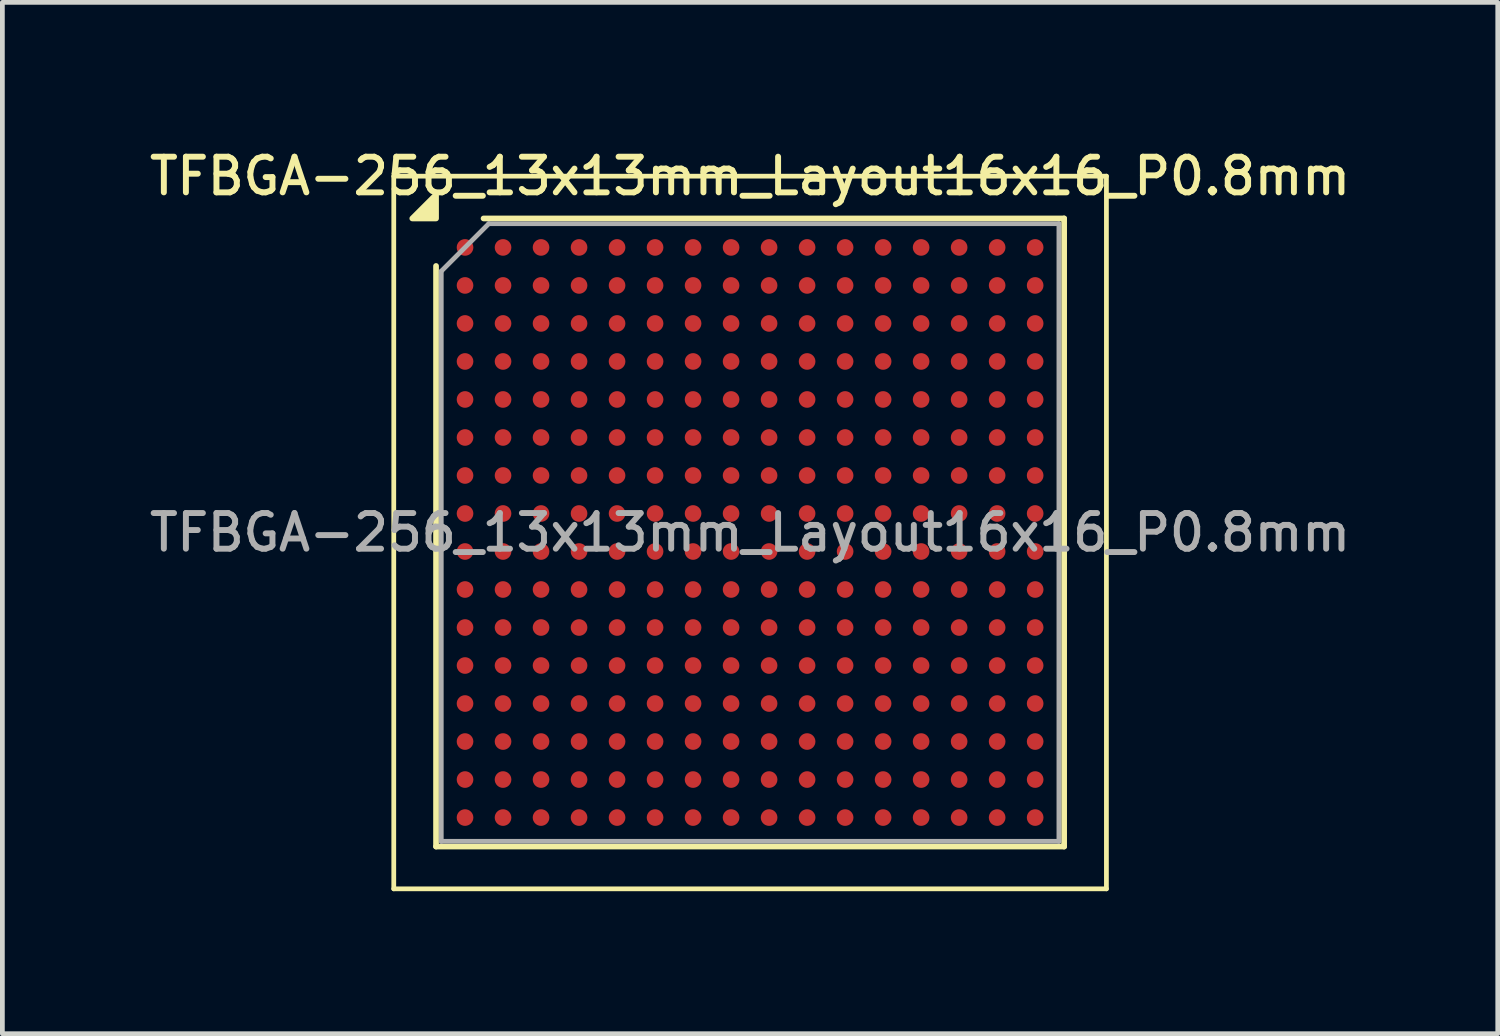
<source format=kicad_pcb>
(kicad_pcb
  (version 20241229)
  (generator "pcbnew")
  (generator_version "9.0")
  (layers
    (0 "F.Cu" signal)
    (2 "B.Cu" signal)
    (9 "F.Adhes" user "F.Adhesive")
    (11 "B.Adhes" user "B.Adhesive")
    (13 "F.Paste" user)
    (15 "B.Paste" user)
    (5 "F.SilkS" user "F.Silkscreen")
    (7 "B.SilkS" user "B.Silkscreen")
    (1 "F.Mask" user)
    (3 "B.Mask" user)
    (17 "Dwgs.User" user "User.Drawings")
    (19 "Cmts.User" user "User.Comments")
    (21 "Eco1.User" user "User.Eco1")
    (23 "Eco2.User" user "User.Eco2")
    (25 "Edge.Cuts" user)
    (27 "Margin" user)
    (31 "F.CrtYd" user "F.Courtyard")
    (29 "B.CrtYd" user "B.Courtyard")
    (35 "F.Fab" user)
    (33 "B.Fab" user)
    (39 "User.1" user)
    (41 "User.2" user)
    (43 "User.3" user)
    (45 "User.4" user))
  (footprint "TFBGA-256_13x13mm_Layout16x16_P0.8mm"
    (layer "F.Cu")
    (at 12.738 8.158)
    (property "Reference" "TFBGA-256_13x13mm_Layout16x16_P0.8mm" (at 0 -7.5 0) (layer "F.SilkS") (effects (font (size 0.75 0.75) (thickness 0.125))))
    (attr smd)
    (fp_line (start -7.5 -7.5) (end -7.5 7.5) (stroke (width 0.1) (type solid)) (layer "F.SilkS"))
    (fp_line (start -7.5 7.5) (end 7.5 7.5) (stroke (width 0.1) (type solid)) (layer "F.SilkS"))
    (fp_line (start -6.61 6.61) (end -6.61 -5.61) (stroke (width 0.12) (type solid)) (layer "F.SilkS"))
    (fp_line (start -5.61 -6.61) (end 6.61 -6.61) (stroke (width 0.12) (type solid)) (layer "F.SilkS"))
    (fp_line (start 6.61 -6.61) (end 6.61 6.61) (stroke (width 0.12) (type solid)) (layer "F.SilkS"))
    (fp_line (start 6.61 6.61) (end -6.61 6.61) (stroke (width 0.12) (type solid)) (layer "F.SilkS"))
    (fp_line (start 7.5 -7.5) (end -7.5 -7.5) (stroke (width 0.1) (type solid)) (layer "F.SilkS"))
    (fp_line (start 7.5 7.5) (end 7.5 -7.5) (stroke (width 0.1) (type solid)) (layer "F.SilkS"))
    (fp_poly (pts (xy -6.61 -6.61) (xy -7.11 -6.61) (xy -6.61 -7.11) (xy -6.61 -6.61)) (stroke (width 0.12) (type solid)) (fill yes) (layer "F.SilkS"))
    (fp_line (start -6.5 -5.5) (end -5.5 -6.5) (stroke (width 0.1) (type solid)) (layer "F.Fab"))
    (fp_line (start -6.5 6.5) (end -6.5 -5.5) (stroke (width 0.1) (type solid)) (layer "F.Fab"))
    (fp_line (start -5.5 -6.5) (end 6.5 -6.5) (stroke (width 0.1) (type solid)) (layer "F.Fab"))
    (fp_line (start 6.5 -6.5) (end 6.5 6.5) (stroke (width 0.1) (type solid)) (layer "F.Fab"))
    (fp_line (start 6.5 6.5) (end -6.5 6.5) (stroke (width 0.1) (type solid)) (layer "F.Fab"))
    (fp_text user "${REFERENCE}" (at 0 0 0) (layer "F.Fab") (effects (font (size 0.75 0.75) (thickness 0.125))))
    (pad "A1" smd circle (at -6 -6) (size 0.35 0.35) (property pad_prop_bga) (layers "F.Cu" "F.Mask" "F.Paste"))
    (pad "A2" smd circle (at -5.2 -6) (size 0.35 0.35) (property pad_prop_bga) (layers "F.Cu" "F.Mask" "F.Paste"))
    (pad "A3" smd circle (at -4.4 -6) (size 0.35 0.35) (property pad_prop_bga) (layers "F.Cu" "F.Mask" "F.Paste"))
    (pad "A4" smd circle (at -3.6 -6) (size 0.35 0.35) (property pad_prop_bga) (layers "F.Cu" "F.Mask" "F.Paste"))
    (pad "A5" smd circle (at -2.8 -6) (size 0.35 0.35) (property pad_prop_bga) (layers "F.Cu" "F.Mask" "F.Paste"))
    (pad "A6" smd circle (at -2 -6) (size 0.35 0.35) (property pad_prop_bga) (layers "F.Cu" "F.Mask" "F.Paste"))
    (pad "A7" smd circle (at -1.2 -6) (size 0.35 0.35) (property pad_prop_bga) (layers "F.Cu" "F.Mask" "F.Paste"))
    (pad "A8" smd circle (at -0.4 -6) (size 0.35 0.35) (property pad_prop_bga) (layers "F.Cu" "F.Mask" "F.Paste"))
    (pad "A9" smd circle (at 0.4 -6) (size 0.35 0.35) (property pad_prop_bga) (layers "F.Cu" "F.Mask" "F.Paste"))
    (pad "A10" smd circle (at 1.2 -6) (size 0.35 0.35) (property pad_prop_bga) (layers "F.Cu" "F.Mask" "F.Paste"))
    (pad "A11" smd circle (at 2 -6) (size 0.35 0.35) (property pad_prop_bga) (layers "F.Cu" "F.Mask" "F.Paste"))
    (pad "A12" smd circle (at 2.8 -6) (size 0.35 0.35) (property pad_prop_bga) (layers "F.Cu" "F.Mask" "F.Paste"))
    (pad "A13" smd circle (at 3.6 -6) (size 0.35 0.35) (property pad_prop_bga) (layers "F.Cu" "F.Mask" "F.Paste"))
    (pad "A14" smd circle (at 4.4 -6) (size 0.35 0.35) (property pad_prop_bga) (layers "F.Cu" "F.Mask" "F.Paste"))
    (pad "A15" smd circle (at 5.2 -6) (size 0.35 0.35) (property pad_prop_bga) (layers "F.Cu" "F.Mask" "F.Paste"))
    (pad "A16" smd circle (at 6 -6) (size 0.35 0.35) (property pad_prop_bga) (layers "F.Cu" "F.Mask" "F.Paste"))
    (pad "B1" smd circle (at -6 -5.2) (size 0.35 0.35) (property pad_prop_bga) (layers "F.Cu" "F.Mask" "F.Paste"))
    (pad "B2" smd circle (at -5.2 -5.2) (size 0.35 0.35) (property pad_prop_bga) (layers "F.Cu" "F.Mask" "F.Paste"))
    (pad "B3" smd circle (at -4.4 -5.2) (size 0.35 0.35) (property pad_prop_bga) (layers "F.Cu" "F.Mask" "F.Paste"))
    (pad "B4" smd circle (at -3.6 -5.2) (size 0.35 0.35) (property pad_prop_bga) (layers "F.Cu" "F.Mask" "F.Paste"))
    (pad "B5" smd circle (at -2.8 -5.2) (size 0.35 0.35) (property pad_prop_bga) (layers "F.Cu" "F.Mask" "F.Paste"))
    (pad "B6" smd circle (at -2 -5.2) (size 0.35 0.35) (property pad_prop_bga) (layers "F.Cu" "F.Mask" "F.Paste"))
    (pad "B7" smd circle (at -1.2 -5.2) (size 0.35 0.35) (property pad_prop_bga) (layers "F.Cu" "F.Mask" "F.Paste"))
    (pad "B8" smd circle (at -0.4 -5.2) (size 0.35 0.35) (property pad_prop_bga) (layers "F.Cu" "F.Mask" "F.Paste"))
    (pad "B9" smd circle (at 0.4 -5.2) (size 0.35 0.35) (property pad_prop_bga) (layers "F.Cu" "F.Mask" "F.Paste"))
    (pad "B10" smd circle (at 1.2 -5.2) (size 0.35 0.35) (property pad_prop_bga) (layers "F.Cu" "F.Mask" "F.Paste"))
    (pad "B11" smd circle (at 2 -5.2) (size 0.35 0.35) (property pad_prop_bga) (layers "F.Cu" "F.Mask" "F.Paste"))
    (pad "B12" smd circle (at 2.8 -5.2) (size 0.35 0.35) (property pad_prop_bga) (layers "F.Cu" "F.Mask" "F.Paste"))
    (pad "B13" smd circle (at 3.6 -5.2) (size 0.35 0.35) (property pad_prop_bga) (layers "F.Cu" "F.Mask" "F.Paste"))
    (pad "B14" smd circle (at 4.4 -5.2) (size 0.35 0.35) (property pad_prop_bga) (layers "F.Cu" "F.Mask" "F.Paste"))
    (pad "B15" smd circle (at 5.2 -5.2) (size 0.35 0.35) (property pad_prop_bga) (layers "F.Cu" "F.Mask" "F.Paste"))
    (pad "B16" smd circle (at 6 -5.2) (size 0.35 0.35) (property pad_prop_bga) (layers "F.Cu" "F.Mask" "F.Paste"))
    (pad "C1" smd circle (at -6 -4.4) (size 0.35 0.35) (property pad_prop_bga) (layers "F.Cu" "F.Mask" "F.Paste"))
    (pad "C2" smd circle (at -5.2 -4.4) (size 0.35 0.35) (property pad_prop_bga) (layers "F.Cu" "F.Mask" "F.Paste"))
    (pad "C3" smd circle (at -4.4 -4.4) (size 0.35 0.35) (property pad_prop_bga) (layers "F.Cu" "F.Mask" "F.Paste"))
    (pad "C4" smd circle (at -3.6 -4.4) (size 0.35 0.35) (property pad_prop_bga) (layers "F.Cu" "F.Mask" "F.Paste"))
    (pad "C5" smd circle (at -2.8 -4.4) (size 0.35 0.35) (property pad_prop_bga) (layers "F.Cu" "F.Mask" "F.Paste"))
    (pad "C6" smd circle (at -2 -4.4) (size 0.35 0.35) (property pad_prop_bga) (layers "F.Cu" "F.Mask" "F.Paste"))
    (pad "C7" smd circle (at -1.2 -4.4) (size 0.35 0.35) (property pad_prop_bga) (layers "F.Cu" "F.Mask" "F.Paste"))
    (pad "C8" smd circle (at -0.4 -4.4) (size 0.35 0.35) (property pad_prop_bga) (layers "F.Cu" "F.Mask" "F.Paste"))
    (pad "C9" smd circle (at 0.4 -4.4) (size 0.35 0.35) (property pad_prop_bga) (layers "F.Cu" "F.Mask" "F.Paste"))
    (pad "C10" smd circle (at 1.2 -4.4) (size 0.35 0.35) (property pad_prop_bga) (layers "F.Cu" "F.Mask" "F.Paste"))
    (pad "C11" smd circle (at 2 -4.4) (size 0.35 0.35) (property pad_prop_bga) (layers "F.Cu" "F.Mask" "F.Paste"))
    (pad "C12" smd circle (at 2.8 -4.4) (size 0.35 0.35) (property pad_prop_bga) (layers "F.Cu" "F.Mask" "F.Paste"))
    (pad "C13" smd circle (at 3.6 -4.4) (size 0.35 0.35) (property pad_prop_bga) (layers "F.Cu" "F.Mask" "F.Paste"))
    (pad "C14" smd circle (at 4.4 -4.4) (size 0.35 0.35) (property pad_prop_bga) (layers "F.Cu" "F.Mask" "F.Paste"))
    (pad "C15" smd circle (at 5.2 -4.4) (size 0.35 0.35) (property pad_prop_bga) (layers "F.Cu" "F.Mask" "F.Paste"))
    (pad "C16" smd circle (at 6 -4.4) (size 0.35 0.35) (property pad_prop_bga) (layers "F.Cu" "F.Mask" "F.Paste"))
    (pad "D1" smd circle (at -6 -3.6) (size 0.35 0.35) (property pad_prop_bga) (layers "F.Cu" "F.Mask" "F.Paste"))
    (pad "D2" smd circle (at -5.2 -3.6) (size 0.35 0.35) (property pad_prop_bga) (layers "F.Cu" "F.Mask" "F.Paste"))
    (pad "D3" smd circle (at -4.4 -3.6) (size 0.35 0.35) (property pad_prop_bga) (layers "F.Cu" "F.Mask" "F.Paste"))
    (pad "D4" smd circle (at -3.6 -3.6) (size 0.35 0.35) (property pad_prop_bga) (layers "F.Cu" "F.Mask" "F.Paste"))
    (pad "D5" smd circle (at -2.8 -3.6) (size 0.35 0.35) (property pad_prop_bga) (layers "F.Cu" "F.Mask" "F.Paste"))
    (pad "D6" smd circle (at -2 -3.6) (size 0.35 0.35) (property pad_prop_bga) (layers "F.Cu" "F.Mask" "F.Paste"))
    (pad "D7" smd circle (at -1.2 -3.6) (size 0.35 0.35) (property pad_prop_bga) (layers "F.Cu" "F.Mask" "F.Paste"))
    (pad "D8" smd circle (at -0.4 -3.6) (size 0.35 0.35) (property pad_prop_bga) (layers "F.Cu" "F.Mask" "F.Paste"))
    (pad "D9" smd circle (at 0.4 -3.6) (size 0.35 0.35) (property pad_prop_bga) (layers "F.Cu" "F.Mask" "F.Paste"))
    (pad "D10" smd circle (at 1.2 -3.6) (size 0.35 0.35) (property pad_prop_bga) (layers "F.Cu" "F.Mask" "F.Paste"))
    (pad "D11" smd circle (at 2 -3.6) (size 0.35 0.35) (property pad_prop_bga) (layers "F.Cu" "F.Mask" "F.Paste"))
    (pad "D12" smd circle (at 2.8 -3.6) (size 0.35 0.35) (property pad_prop_bga) (layers "F.Cu" "F.Mask" "F.Paste"))
    (pad "D13" smd circle (at 3.6 -3.6) (size 0.35 0.35) (property pad_prop_bga) (layers "F.Cu" "F.Mask" "F.Paste"))
    (pad "D14" smd circle (at 4.4 -3.6) (size 0.35 0.35) (property pad_prop_bga) (layers "F.Cu" "F.Mask" "F.Paste"))
    (pad "D15" smd circle (at 5.2 -3.6) (size 0.35 0.35) (property pad_prop_bga) (layers "F.Cu" "F.Mask" "F.Paste"))
    (pad "D16" smd circle (at 6 -3.6) (size 0.35 0.35) (property pad_prop_bga) (layers "F.Cu" "F.Mask" "F.Paste"))
    (pad "E1" smd circle (at -6 -2.8) (size 0.35 0.35) (property pad_prop_bga) (layers "F.Cu" "F.Mask" "F.Paste"))
    (pad "E2" smd circle (at -5.2 -2.8) (size 0.35 0.35) (property pad_prop_bga) (layers "F.Cu" "F.Mask" "F.Paste"))
    (pad "E3" smd circle (at -4.4 -2.8) (size 0.35 0.35) (property pad_prop_bga) (layers "F.Cu" "F.Mask" "F.Paste"))
    (pad "E4" smd circle (at -3.6 -2.8) (size 0.35 0.35) (property pad_prop_bga) (layers "F.Cu" "F.Mask" "F.Paste"))
    (pad "E5" smd circle (at -2.8 -2.8) (size 0.35 0.35) (property pad_prop_bga) (layers "F.Cu" "F.Mask" "F.Paste"))
    (pad "E6" smd circle (at -2 -2.8) (size 0.35 0.35) (property pad_prop_bga) (layers "F.Cu" "F.Mask" "F.Paste"))
    (pad "E7" smd circle (at -1.2 -2.8) (size 0.35 0.35) (property pad_prop_bga) (layers "F.Cu" "F.Mask" "F.Paste"))
    (pad "E8" smd circle (at -0.4 -2.8) (size 0.35 0.35) (property pad_prop_bga) (layers "F.Cu" "F.Mask" "F.Paste"))
    (pad "E9" smd circle (at 0.4 -2.8) (size 0.35 0.35) (property pad_prop_bga) (layers "F.Cu" "F.Mask" "F.Paste"))
    (pad "E10" smd circle (at 1.2 -2.8) (size 0.35 0.35) (property pad_prop_bga) (layers "F.Cu" "F.Mask" "F.Paste"))
    (pad "E11" smd circle (at 2 -2.8) (size 0.35 0.35) (property pad_prop_bga) (layers "F.Cu" "F.Mask" "F.Paste"))
    (pad "E12" smd circle (at 2.8 -2.8) (size 0.35 0.35) (property pad_prop_bga) (layers "F.Cu" "F.Mask" "F.Paste"))
    (pad "E13" smd circle (at 3.6 -2.8) (size 0.35 0.35) (property pad_prop_bga) (layers "F.Cu" "F.Mask" "F.Paste"))
    (pad "E14" smd circle (at 4.4 -2.8) (size 0.35 0.35) (property pad_prop_bga) (layers "F.Cu" "F.Mask" "F.Paste"))
    (pad "E15" smd circle (at 5.2 -2.8) (size 0.35 0.35) (property pad_prop_bga) (layers "F.Cu" "F.Mask" "F.Paste"))
    (pad "E16" smd circle (at 6 -2.8) (size 0.35 0.35) (property pad_prop_bga) (layers "F.Cu" "F.Mask" "F.Paste"))
    (pad "F1" smd circle (at -6 -2) (size 0.35 0.35) (property pad_prop_bga) (layers "F.Cu" "F.Mask" "F.Paste"))
    (pad "F2" smd circle (at -5.2 -2) (size 0.35 0.35) (property pad_prop_bga) (layers "F.Cu" "F.Mask" "F.Paste"))
    (pad "F3" smd circle (at -4.4 -2) (size 0.35 0.35) (property pad_prop_bga) (layers "F.Cu" "F.Mask" "F.Paste"))
    (pad "F4" smd circle (at -3.6 -2) (size 0.35 0.35) (property pad_prop_bga) (layers "F.Cu" "F.Mask" "F.Paste"))
    (pad "F5" smd circle (at -2.8 -2) (size 0.35 0.35) (property pad_prop_bga) (layers "F.Cu" "F.Mask" "F.Paste"))
    (pad "F6" smd circle (at -2 -2) (size 0.35 0.35) (property pad_prop_bga) (layers "F.Cu" "F.Mask" "F.Paste"))
    (pad "F7" smd circle (at -1.2 -2) (size 0.35 0.35) (property pad_prop_bga) (layers "F.Cu" "F.Mask" "F.Paste"))
    (pad "F8" smd circle (at -0.4 -2) (size 0.35 0.35) (property pad_prop_bga) (layers "F.Cu" "F.Mask" "F.Paste"))
    (pad "F9" smd circle (at 0.4 -2) (size 0.35 0.35) (property pad_prop_bga) (layers "F.Cu" "F.Mask" "F.Paste"))
    (pad "F10" smd circle (at 1.2 -2) (size 0.35 0.35) (property pad_prop_bga) (layers "F.Cu" "F.Mask" "F.Paste"))
    (pad "F11" smd circle (at 2 -2) (size 0.35 0.35) (property pad_prop_bga) (layers "F.Cu" "F.Mask" "F.Paste"))
    (pad "F12" smd circle (at 2.8 -2) (size 0.35 0.35) (property pad_prop_bga) (layers "F.Cu" "F.Mask" "F.Paste"))
    (pad "F13" smd circle (at 3.6 -2) (size 0.35 0.35) (property pad_prop_bga) (layers "F.Cu" "F.Mask" "F.Paste"))
    (pad "F14" smd circle (at 4.4 -2) (size 0.35 0.35) (property pad_prop_bga) (layers "F.Cu" "F.Mask" "F.Paste"))
    (pad "F15" smd circle (at 5.2 -2) (size 0.35 0.35) (property pad_prop_bga) (layers "F.Cu" "F.Mask" "F.Paste"))
    (pad "F16" smd circle (at 6 -2) (size 0.35 0.35) (property pad_prop_bga) (layers "F.Cu" "F.Mask" "F.Paste"))
    (pad "G1" smd circle (at -6 -1.2) (size 0.35 0.35) (property pad_prop_bga) (layers "F.Cu" "F.Mask" "F.Paste"))
    (pad "G2" smd circle (at -5.2 -1.2) (size 0.35 0.35) (property pad_prop_bga) (layers "F.Cu" "F.Mask" "F.Paste"))
    (pad "G3" smd circle (at -4.4 -1.2) (size 0.35 0.35) (property pad_prop_bga) (layers "F.Cu" "F.Mask" "F.Paste"))
    (pad "G4" smd circle (at -3.6 -1.2) (size 0.35 0.35) (property pad_prop_bga) (layers "F.Cu" "F.Mask" "F.Paste"))
    (pad "G5" smd circle (at -2.8 -1.2) (size 0.35 0.35) (property pad_prop_bga) (layers "F.Cu" "F.Mask" "F.Paste"))
    (pad "G6" smd circle (at -2 -1.2) (size 0.35 0.35) (property pad_prop_bga) (layers "F.Cu" "F.Mask" "F.Paste"))
    (pad "G7" smd circle (at -1.2 -1.2) (size 0.35 0.35) (property pad_prop_bga) (layers "F.Cu" "F.Mask" "F.Paste"))
    (pad "G8" smd circle (at -0.4 -1.2) (size 0.35 0.35) (property pad_prop_bga) (layers "F.Cu" "F.Mask" "F.Paste"))
    (pad "G9" smd circle (at 0.4 -1.2) (size 0.35 0.35) (property pad_prop_bga) (layers "F.Cu" "F.Mask" "F.Paste"))
    (pad "G10" smd circle (at 1.2 -1.2) (size 0.35 0.35) (property pad_prop_bga) (layers "F.Cu" "F.Mask" "F.Paste"))
    (pad "G11" smd circle (at 2 -1.2) (size 0.35 0.35) (property pad_prop_bga) (layers "F.Cu" "F.Mask" "F.Paste"))
    (pad "G12" smd circle (at 2.8 -1.2) (size 0.35 0.35) (property pad_prop_bga) (layers "F.Cu" "F.Mask" "F.Paste"))
    (pad "G13" smd circle (at 3.6 -1.2) (size 0.35 0.35) (property pad_prop_bga) (layers "F.Cu" "F.Mask" "F.Paste"))
    (pad "G14" smd circle (at 4.4 -1.2) (size 0.35 0.35) (property pad_prop_bga) (layers "F.Cu" "F.Mask" "F.Paste"))
    (pad "G15" smd circle (at 5.2 -1.2) (size 0.35 0.35) (property pad_prop_bga) (layers "F.Cu" "F.Mask" "F.Paste"))
    (pad "G16" smd circle (at 6 -1.2) (size 0.35 0.35) (property pad_prop_bga) (layers "F.Cu" "F.Mask" "F.Paste"))
    (pad "H1" smd circle (at -6 -0.4) (size 0.35 0.35) (property pad_prop_bga) (layers "F.Cu" "F.Mask" "F.Paste"))
    (pad "H2" smd circle (at -5.2 -0.4) (size 0.35 0.35) (property pad_prop_bga) (layers "F.Cu" "F.Mask" "F.Paste"))
    (pad "H3" smd circle (at -4.4 -0.4) (size 0.35 0.35) (property pad_prop_bga) (layers "F.Cu" "F.Mask" "F.Paste"))
    (pad "H4" smd circle (at -3.6 -0.4) (size 0.35 0.35) (property pad_prop_bga) (layers "F.Cu" "F.Mask" "F.Paste"))
    (pad "H5" smd circle (at -2.8 -0.4) (size 0.35 0.35) (property pad_prop_bga) (layers "F.Cu" "F.Mask" "F.Paste"))
    (pad "H6" smd circle (at -2 -0.4) (size 0.35 0.35) (property pad_prop_bga) (layers "F.Cu" "F.Mask" "F.Paste"))
    (pad "H7" smd circle (at -1.2 -0.4) (size 0.35 0.35) (property pad_prop_bga) (layers "F.Cu" "F.Mask" "F.Paste"))
    (pad "H8" smd circle (at -0.4 -0.4) (size 0.35 0.35) (property pad_prop_bga) (layers "F.Cu" "F.Mask" "F.Paste"))
    (pad "H9" smd circle (at 0.4 -0.4) (size 0.35 0.35) (property pad_prop_bga) (layers "F.Cu" "F.Mask" "F.Paste"))
    (pad "H10" smd circle (at 1.2 -0.4) (size 0.35 0.35) (property pad_prop_bga) (layers "F.Cu" "F.Mask" "F.Paste"))
    (pad "H11" smd circle (at 2 -0.4) (size 0.35 0.35) (property pad_prop_bga) (layers "F.Cu" "F.Mask" "F.Paste"))
    (pad "H12" smd circle (at 2.8 -0.4) (size 0.35 0.35) (property pad_prop_bga) (layers "F.Cu" "F.Mask" "F.Paste"))
    (pad "H13" smd circle (at 3.6 -0.4) (size 0.35 0.35) (property pad_prop_bga) (layers "F.Cu" "F.Mask" "F.Paste"))
    (pad "H14" smd circle (at 4.4 -0.4) (size 0.35 0.35) (property pad_prop_bga) (layers "F.Cu" "F.Mask" "F.Paste"))
    (pad "H15" smd circle (at 5.2 -0.4) (size 0.35 0.35) (property pad_prop_bga) (layers "F.Cu" "F.Mask" "F.Paste"))
    (pad "H16" smd circle (at 6 -0.4) (size 0.35 0.35) (property pad_prop_bga) (layers "F.Cu" "F.Mask" "F.Paste"))
    (pad "J1" smd circle (at -6 0.4) (size 0.35 0.35) (property pad_prop_bga) (layers "F.Cu" "F.Mask" "F.Paste"))
    (pad "J2" smd circle (at -5.2 0.4) (size 0.35 0.35) (property pad_prop_bga) (layers "F.Cu" "F.Mask" "F.Paste"))
    (pad "J3" smd circle (at -4.4 0.4) (size 0.35 0.35) (property pad_prop_bga) (layers "F.Cu" "F.Mask" "F.Paste"))
    (pad "J4" smd circle (at -3.6 0.4) (size 0.35 0.35) (property pad_prop_bga) (layers "F.Cu" "F.Mask" "F.Paste"))
    (pad "J5" smd circle (at -2.8 0.4) (size 0.35 0.35) (property pad_prop_bga) (layers "F.Cu" "F.Mask" "F.Paste"))
    (pad "J6" smd circle (at -2 0.4) (size 0.35 0.35) (property pad_prop_bga) (layers "F.Cu" "F.Mask" "F.Paste"))
    (pad "J7" smd circle (at -1.2 0.4) (size 0.35 0.35) (property pad_prop_bga) (layers "F.Cu" "F.Mask" "F.Paste"))
    (pad "J8" smd circle (at -0.4 0.4) (size 0.35 0.35) (property pad_prop_bga) (layers "F.Cu" "F.Mask" "F.Paste"))
    (pad "J9" smd circle (at 0.4 0.4) (size 0.35 0.35) (property pad_prop_bga) (layers "F.Cu" "F.Mask" "F.Paste"))
    (pad "J10" smd circle (at 1.2 0.4) (size 0.35 0.35) (property pad_prop_bga) (layers "F.Cu" "F.Mask" "F.Paste"))
    (pad "J11" smd circle (at 2 0.4) (size 0.35 0.35) (property pad_prop_bga) (layers "F.Cu" "F.Mask" "F.Paste"))
    (pad "J12" smd circle (at 2.8 0.4) (size 0.35 0.35) (property pad_prop_bga) (layers "F.Cu" "F.Mask" "F.Paste"))
    (pad "J13" smd circle (at 3.6 0.4) (size 0.35 0.35) (property pad_prop_bga) (layers "F.Cu" "F.Mask" "F.Paste"))
    (pad "J14" smd circle (at 4.4 0.4) (size 0.35 0.35) (property pad_prop_bga) (layers "F.Cu" "F.Mask" "F.Paste"))
    (pad "J15" smd circle (at 5.2 0.4) (size 0.35 0.35) (property pad_prop_bga) (layers "F.Cu" "F.Mask" "F.Paste"))
    (pad "J16" smd circle (at 6 0.4) (size 0.35 0.35) (property pad_prop_bga) (layers "F.Cu" "F.Mask" "F.Paste"))
    (pad "K1" smd circle (at -6 1.2) (size 0.35 0.35) (property pad_prop_bga) (layers "F.Cu" "F.Mask" "F.Paste"))
    (pad "K2" smd circle (at -5.2 1.2) (size 0.35 0.35) (property pad_prop_bga) (layers "F.Cu" "F.Mask" "F.Paste"))
    (pad "K3" smd circle (at -4.4 1.2) (size 0.35 0.35) (property pad_prop_bga) (layers "F.Cu" "F.Mask" "F.Paste"))
    (pad "K4" smd circle (at -3.6 1.2) (size 0.35 0.35) (property pad_prop_bga) (layers "F.Cu" "F.Mask" "F.Paste"))
    (pad "K5" smd circle (at -2.8 1.2) (size 0.35 0.35) (property pad_prop_bga) (layers "F.Cu" "F.Mask" "F.Paste"))
    (pad "K6" smd circle (at -2 1.2) (size 0.35 0.35) (property pad_prop_bga) (layers "F.Cu" "F.Mask" "F.Paste"))
    (pad "K7" smd circle (at -1.2 1.2) (size 0.35 0.35) (property pad_prop_bga) (layers "F.Cu" "F.Mask" "F.Paste"))
    (pad "K8" smd circle (at -0.4 1.2) (size 0.35 0.35) (property pad_prop_bga) (layers "F.Cu" "F.Mask" "F.Paste"))
    (pad "K9" smd circle (at 0.4 1.2) (size 0.35 0.35) (property pad_prop_bga) (layers "F.Cu" "F.Mask" "F.Paste"))
    (pad "K10" smd circle (at 1.2 1.2) (size 0.35 0.35) (property pad_prop_bga) (layers "F.Cu" "F.Mask" "F.Paste"))
    (pad "K11" smd circle (at 2 1.2) (size 0.35 0.35) (property pad_prop_bga) (layers "F.Cu" "F.Mask" "F.Paste"))
    (pad "K12" smd circle (at 2.8 1.2) (size 0.35 0.35) (property pad_prop_bga) (layers "F.Cu" "F.Mask" "F.Paste"))
    (pad "K13" smd circle (at 3.6 1.2) (size 0.35 0.35) (property pad_prop_bga) (layers "F.Cu" "F.Mask" "F.Paste"))
    (pad "K14" smd circle (at 4.4 1.2) (size 0.35 0.35) (property pad_prop_bga) (layers "F.Cu" "F.Mask" "F.Paste"))
    (pad "K15" smd circle (at 5.2 1.2) (size 0.35 0.35) (property pad_prop_bga) (layers "F.Cu" "F.Mask" "F.Paste"))
    (pad "K16" smd circle (at 6 1.2) (size 0.35 0.35) (property pad_prop_bga) (layers "F.Cu" "F.Mask" "F.Paste"))
    (pad "L1" smd circle (at -6 2) (size 0.35 0.35) (property pad_prop_bga) (layers "F.Cu" "F.Mask" "F.Paste"))
    (pad "L2" smd circle (at -5.2 2) (size 0.35 0.35) (property pad_prop_bga) (layers "F.Cu" "F.Mask" "F.Paste"))
    (pad "L3" smd circle (at -4.4 2) (size 0.35 0.35) (property pad_prop_bga) (layers "F.Cu" "F.Mask" "F.Paste"))
    (pad "L4" smd circle (at -3.6 2) (size 0.35 0.35) (property pad_prop_bga) (layers "F.Cu" "F.Mask" "F.Paste"))
    (pad "L5" smd circle (at -2.8 2) (size 0.35 0.35) (property pad_prop_bga) (layers "F.Cu" "F.Mask" "F.Paste"))
    (pad "L6" smd circle (at -2 2) (size 0.35 0.35) (property pad_prop_bga) (layers "F.Cu" "F.Mask" "F.Paste"))
    (pad "L7" smd circle (at -1.2 2) (size 0.35 0.35) (property pad_prop_bga) (layers "F.Cu" "F.Mask" "F.Paste"))
    (pad "L8" smd circle (at -0.4 2) (size 0.35 0.35) (property pad_prop_bga) (layers "F.Cu" "F.Mask" "F.Paste"))
    (pad "L9" smd circle (at 0.4 2) (size 0.35 0.35) (property pad_prop_bga) (layers "F.Cu" "F.Mask" "F.Paste"))
    (pad "L10" smd circle (at 1.2 2) (size 0.35 0.35) (property pad_prop_bga) (layers "F.Cu" "F.Mask" "F.Paste"))
    (pad "L11" smd circle (at 2 2) (size 0.35 0.35) (property pad_prop_bga) (layers "F.Cu" "F.Mask" "F.Paste"))
    (pad "L12" smd circle (at 2.8 2) (size 0.35 0.35) (property pad_prop_bga) (layers "F.Cu" "F.Mask" "F.Paste"))
    (pad "L13" smd circle (at 3.6 2) (size 0.35 0.35) (property pad_prop_bga) (layers "F.Cu" "F.Mask" "F.Paste"))
    (pad "L14" smd circle (at 4.4 2) (size 0.35 0.35) (property pad_prop_bga) (layers "F.Cu" "F.Mask" "F.Paste"))
    (pad "L15" smd circle (at 5.2 2) (size 0.35 0.35) (property pad_prop_bga) (layers "F.Cu" "F.Mask" "F.Paste"))
    (pad "L16" smd circle (at 6 2) (size 0.35 0.35) (property pad_prop_bga) (layers "F.Cu" "F.Mask" "F.Paste"))
    (pad "M1" smd circle (at -6 2.8) (size 0.35 0.35) (property pad_prop_bga) (layers "F.Cu" "F.Mask" "F.Paste"))
    (pad "M2" smd circle (at -5.2 2.8) (size 0.35 0.35) (property pad_prop_bga) (layers "F.Cu" "F.Mask" "F.Paste"))
    (pad "M3" smd circle (at -4.4 2.8) (size 0.35 0.35) (property pad_prop_bga) (layers "F.Cu" "F.Mask" "F.Paste"))
    (pad "M4" smd circle (at -3.6 2.8) (size 0.35 0.35) (property pad_prop_bga) (layers "F.Cu" "F.Mask" "F.Paste"))
    (pad "M5" smd circle (at -2.8 2.8) (size 0.35 0.35) (property pad_prop_bga) (layers "F.Cu" "F.Mask" "F.Paste"))
    (pad "M6" smd circle (at -2 2.8) (size 0.35 0.35) (property pad_prop_bga) (layers "F.Cu" "F.Mask" "F.Paste"))
    (pad "M7" smd circle (at -1.2 2.8) (size 0.35 0.35) (property pad_prop_bga) (layers "F.Cu" "F.Mask" "F.Paste"))
    (pad "M8" smd circle (at -0.4 2.8) (size 0.35 0.35) (property pad_prop_bga) (layers "F.Cu" "F.Mask" "F.Paste"))
    (pad "M9" smd circle (at 0.4 2.8) (size 0.35 0.35) (property pad_prop_bga) (layers "F.Cu" "F.Mask" "F.Paste"))
    (pad "M10" smd circle (at 1.2 2.8) (size 0.35 0.35) (property pad_prop_bga) (layers "F.Cu" "F.Mask" "F.Paste"))
    (pad "M11" smd circle (at 2 2.8) (size 0.35 0.35) (property pad_prop_bga) (layers "F.Cu" "F.Mask" "F.Paste"))
    (pad "M12" smd circle (at 2.8 2.8) (size 0.35 0.35) (property pad_prop_bga) (layers "F.Cu" "F.Mask" "F.Paste"))
    (pad "M13" smd circle (at 3.6 2.8) (size 0.35 0.35) (property pad_prop_bga) (layers "F.Cu" "F.Mask" "F.Paste"))
    (pad "M14" smd circle (at 4.4 2.8) (size 0.35 0.35) (property pad_prop_bga) (layers "F.Cu" "F.Mask" "F.Paste"))
    (pad "M15" smd circle (at 5.2 2.8) (size 0.35 0.35) (property pad_prop_bga) (layers "F.Cu" "F.Mask" "F.Paste"))
    (pad "M16" smd circle (at 6 2.8) (size 0.35 0.35) (property pad_prop_bga) (layers "F.Cu" "F.Mask" "F.Paste"))
    (pad "N1" smd circle (at -6 3.6) (size 0.35 0.35) (property pad_prop_bga) (layers "F.Cu" "F.Mask" "F.Paste"))
    (pad "N2" smd circle (at -5.2 3.6) (size 0.35 0.35) (property pad_prop_bga) (layers "F.Cu" "F.Mask" "F.Paste"))
    (pad "N3" smd circle (at -4.4 3.6) (size 0.35 0.35) (property pad_prop_bga) (layers "F.Cu" "F.Mask" "F.Paste"))
    (pad "N4" smd circle (at -3.6 3.6) (size 0.35 0.35) (property pad_prop_bga) (layers "F.Cu" "F.Mask" "F.Paste"))
    (pad "N5" smd circle (at -2.8 3.6) (size 0.35 0.35) (property pad_prop_bga) (layers "F.Cu" "F.Mask" "F.Paste"))
    (pad "N6" smd circle (at -2 3.6) (size 0.35 0.35) (property pad_prop_bga) (layers "F.Cu" "F.Mask" "F.Paste"))
    (pad "N7" smd circle (at -1.2 3.6) (size 0.35 0.35) (property pad_prop_bga) (layers "F.Cu" "F.Mask" "F.Paste"))
    (pad "N8" smd circle (at -0.4 3.6) (size 0.35 0.35) (property pad_prop_bga) (layers "F.Cu" "F.Mask" "F.Paste"))
    (pad "N9" smd circle (at 0.4 3.6) (size 0.35 0.35) (property pad_prop_bga) (layers "F.Cu" "F.Mask" "F.Paste"))
    (pad "N10" smd circle (at 1.2 3.6) (size 0.35 0.35) (property pad_prop_bga) (layers "F.Cu" "F.Mask" "F.Paste"))
    (pad "N11" smd circle (at 2 3.6) (size 0.35 0.35) (property pad_prop_bga) (layers "F.Cu" "F.Mask" "F.Paste"))
    (pad "N12" smd circle (at 2.8 3.6) (size 0.35 0.35) (property pad_prop_bga) (layers "F.Cu" "F.Mask" "F.Paste"))
    (pad "N13" smd circle (at 3.6 3.6) (size 0.35 0.35) (property pad_prop_bga) (layers "F.Cu" "F.Mask" "F.Paste"))
    (pad "N14" smd circle (at 4.4 3.6) (size 0.35 0.35) (property pad_prop_bga) (layers "F.Cu" "F.Mask" "F.Paste"))
    (pad "N15" smd circle (at 5.2 3.6) (size 0.35 0.35) (property pad_prop_bga) (layers "F.Cu" "F.Mask" "F.Paste"))
    (pad "N16" smd circle (at 6 3.6) (size 0.35 0.35) (property pad_prop_bga) (layers "F.Cu" "F.Mask" "F.Paste"))
    (pad "P1" smd circle (at -6 4.4) (size 0.35 0.35) (property pad_prop_bga) (layers "F.Cu" "F.Mask" "F.Paste"))
    (pad "P2" smd circle (at -5.2 4.4) (size 0.35 0.35) (property pad_prop_bga) (layers "F.Cu" "F.Mask" "F.Paste"))
    (pad "P3" smd circle (at -4.4 4.4) (size 0.35 0.35) (property pad_prop_bga) (layers "F.Cu" "F.Mask" "F.Paste"))
    (pad "P4" smd circle (at -3.6 4.4) (size 0.35 0.35) (property pad_prop_bga) (layers "F.Cu" "F.Mask" "F.Paste"))
    (pad "P5" smd circle (at -2.8 4.4) (size 0.35 0.35) (property pad_prop_bga) (layers "F.Cu" "F.Mask" "F.Paste"))
    (pad "P6" smd circle (at -2 4.4) (size 0.35 0.35) (property pad_prop_bga) (layers "F.Cu" "F.Mask" "F.Paste"))
    (pad "P7" smd circle (at -1.2 4.4) (size 0.35 0.35) (property pad_prop_bga) (layers "F.Cu" "F.Mask" "F.Paste"))
    (pad "P8" smd circle (at -0.4 4.4) (size 0.35 0.35) (property pad_prop_bga) (layers "F.Cu" "F.Mask" "F.Paste"))
    (pad "P9" smd circle (at 0.4 4.4) (size 0.35 0.35) (property pad_prop_bga) (layers "F.Cu" "F.Mask" "F.Paste"))
    (pad "P10" smd circle (at 1.2 4.4) (size 0.35 0.35) (property pad_prop_bga) (layers "F.Cu" "F.Mask" "F.Paste"))
    (pad "P11" smd circle (at 2 4.4) (size 0.35 0.35) (property pad_prop_bga) (layers "F.Cu" "F.Mask" "F.Paste"))
    (pad "P12" smd circle (at 2.8 4.4) (size 0.35 0.35) (property pad_prop_bga) (layers "F.Cu" "F.Mask" "F.Paste"))
    (pad "P13" smd circle (at 3.6 4.4) (size 0.35 0.35) (property pad_prop_bga) (layers "F.Cu" "F.Mask" "F.Paste"))
    (pad "P14" smd circle (at 4.4 4.4) (size 0.35 0.35) (property pad_prop_bga) (layers "F.Cu" "F.Mask" "F.Paste"))
    (pad "P15" smd circle (at 5.2 4.4) (size 0.35 0.35) (property pad_prop_bga) (layers "F.Cu" "F.Mask" "F.Paste"))
    (pad "P16" smd circle (at 6 4.4) (size 0.35 0.35) (property pad_prop_bga) (layers "F.Cu" "F.Mask" "F.Paste"))
    (pad "R1" smd circle (at -6 5.2) (size 0.35 0.35) (property pad_prop_bga) (layers "F.Cu" "F.Mask" "F.Paste"))
    (pad "R2" smd circle (at -5.2 5.2) (size 0.35 0.35) (property pad_prop_bga) (layers "F.Cu" "F.Mask" "F.Paste"))
    (pad "R3" smd circle (at -4.4 5.2) (size 0.35 0.35) (property pad_prop_bga) (layers "F.Cu" "F.Mask" "F.Paste"))
    (pad "R4" smd circle (at -3.6 5.2) (size 0.35 0.35) (property pad_prop_bga) (layers "F.Cu" "F.Mask" "F.Paste"))
    (pad "R5" smd circle (at -2.8 5.2) (size 0.35 0.35) (property pad_prop_bga) (layers "F.Cu" "F.Mask" "F.Paste"))
    (pad "R6" smd circle (at -2 5.2) (size 0.35 0.35) (property pad_prop_bga) (layers "F.Cu" "F.Mask" "F.Paste"))
    (pad "R7" smd circle (at -1.2 5.2) (size 0.35 0.35) (property pad_prop_bga) (layers "F.Cu" "F.Mask" "F.Paste"))
    (pad "R8" smd circle (at -0.4 5.2) (size 0.35 0.35) (property pad_prop_bga) (layers "F.Cu" "F.Mask" "F.Paste"))
    (pad "R9" smd circle (at 0.4 5.2) (size 0.35 0.35) (property pad_prop_bga) (layers "F.Cu" "F.Mask" "F.Paste"))
    (pad "R10" smd circle (at 1.2 5.2) (size 0.35 0.35) (property pad_prop_bga) (layers "F.Cu" "F.Mask" "F.Paste"))
    (pad "R11" smd circle (at 2 5.2) (size 0.35 0.35) (property pad_prop_bga) (layers "F.Cu" "F.Mask" "F.Paste"))
    (pad "R12" smd circle (at 2.8 5.2) (size 0.35 0.35) (property pad_prop_bga) (layers "F.Cu" "F.Mask" "F.Paste"))
    (pad "R13" smd circle (at 3.6 5.2) (size 0.35 0.35) (property pad_prop_bga) (layers "F.Cu" "F.Mask" "F.Paste"))
    (pad "R14" smd circle (at 4.4 5.2) (size 0.35 0.35) (property pad_prop_bga) (layers "F.Cu" "F.Mask" "F.Paste"))
    (pad "R15" smd circle (at 5.2 5.2) (size 0.35 0.35) (property pad_prop_bga) (layers "F.Cu" "F.Mask" "F.Paste"))
    (pad "R16" smd circle (at 6 5.2) (size 0.35 0.35) (property pad_prop_bga) (layers "F.Cu" "F.Mask" "F.Paste"))
    (pad "T1" smd circle (at -6 6) (size 0.35 0.35) (property pad_prop_bga) (layers "F.Cu" "F.Mask" "F.Paste"))
    (pad "T2" smd circle (at -5.2 6) (size 0.35 0.35) (property pad_prop_bga) (layers "F.Cu" "F.Mask" "F.Paste"))
    (pad "T3" smd circle (at -4.4 6) (size 0.35 0.35) (property pad_prop_bga) (layers "F.Cu" "F.Mask" "F.Paste"))
    (pad "T4" smd circle (at -3.6 6) (size 0.35 0.35) (property pad_prop_bga) (layers "F.Cu" "F.Mask" "F.Paste"))
    (pad "T5" smd circle (at -2.8 6) (size 0.35 0.35) (property pad_prop_bga) (layers "F.Cu" "F.Mask" "F.Paste"))
    (pad "T6" smd circle (at -2 6) (size 0.35 0.35) (property pad_prop_bga) (layers "F.Cu" "F.Mask" "F.Paste"))
    (pad "T7" smd circle (at -1.2 6) (size 0.35 0.35) (property pad_prop_bga) (layers "F.Cu" "F.Mask" "F.Paste"))
    (pad "T8" smd circle (at -0.4 6) (size 0.35 0.35) (property pad_prop_bga) (layers "F.Cu" "F.Mask" "F.Paste"))
    (pad "T9" smd circle (at 0.4 6) (size 0.35 0.35) (property pad_prop_bga) (layers "F.Cu" "F.Mask" "F.Paste"))
    (pad "T10" smd circle (at 1.2 6) (size 0.35 0.35) (property pad_prop_bga) (layers "F.Cu" "F.Mask" "F.Paste"))
    (pad "T11" smd circle (at 2 6) (size 0.35 0.35) (property pad_prop_bga) (layers "F.Cu" "F.Mask" "F.Paste"))
    (pad "T12" smd circle (at 2.8 6) (size 0.35 0.35) (property pad_prop_bga) (layers "F.Cu" "F.Mask" "F.Paste"))
    (pad "T13" smd circle (at 3.6 6) (size 0.35 0.35) (property pad_prop_bga) (layers "F.Cu" "F.Mask" "F.Paste"))
    (pad "T14" smd circle (at 4.4 6) (size 0.35 0.35) (property pad_prop_bga) (layers "F.Cu" "F.Mask" "F.Paste"))
    (pad "T15" smd circle (at 5.2 6) (size 0.35 0.35) (property pad_prop_bga) (layers "F.Cu" "F.Mask" "F.Paste"))
    (pad "T16" smd circle (at 6 6) (size 0.35 0.35) (property pad_prop_bga) (layers "F.Cu" "F.Mask" "F.Paste")))
  (gr_rect
    (start -3 -3)
    (end 28.475 18.708)
    (stroke (width 0.1) (type default))
    (fill no)
    (layer "Edge.Cuts")))
</source>
